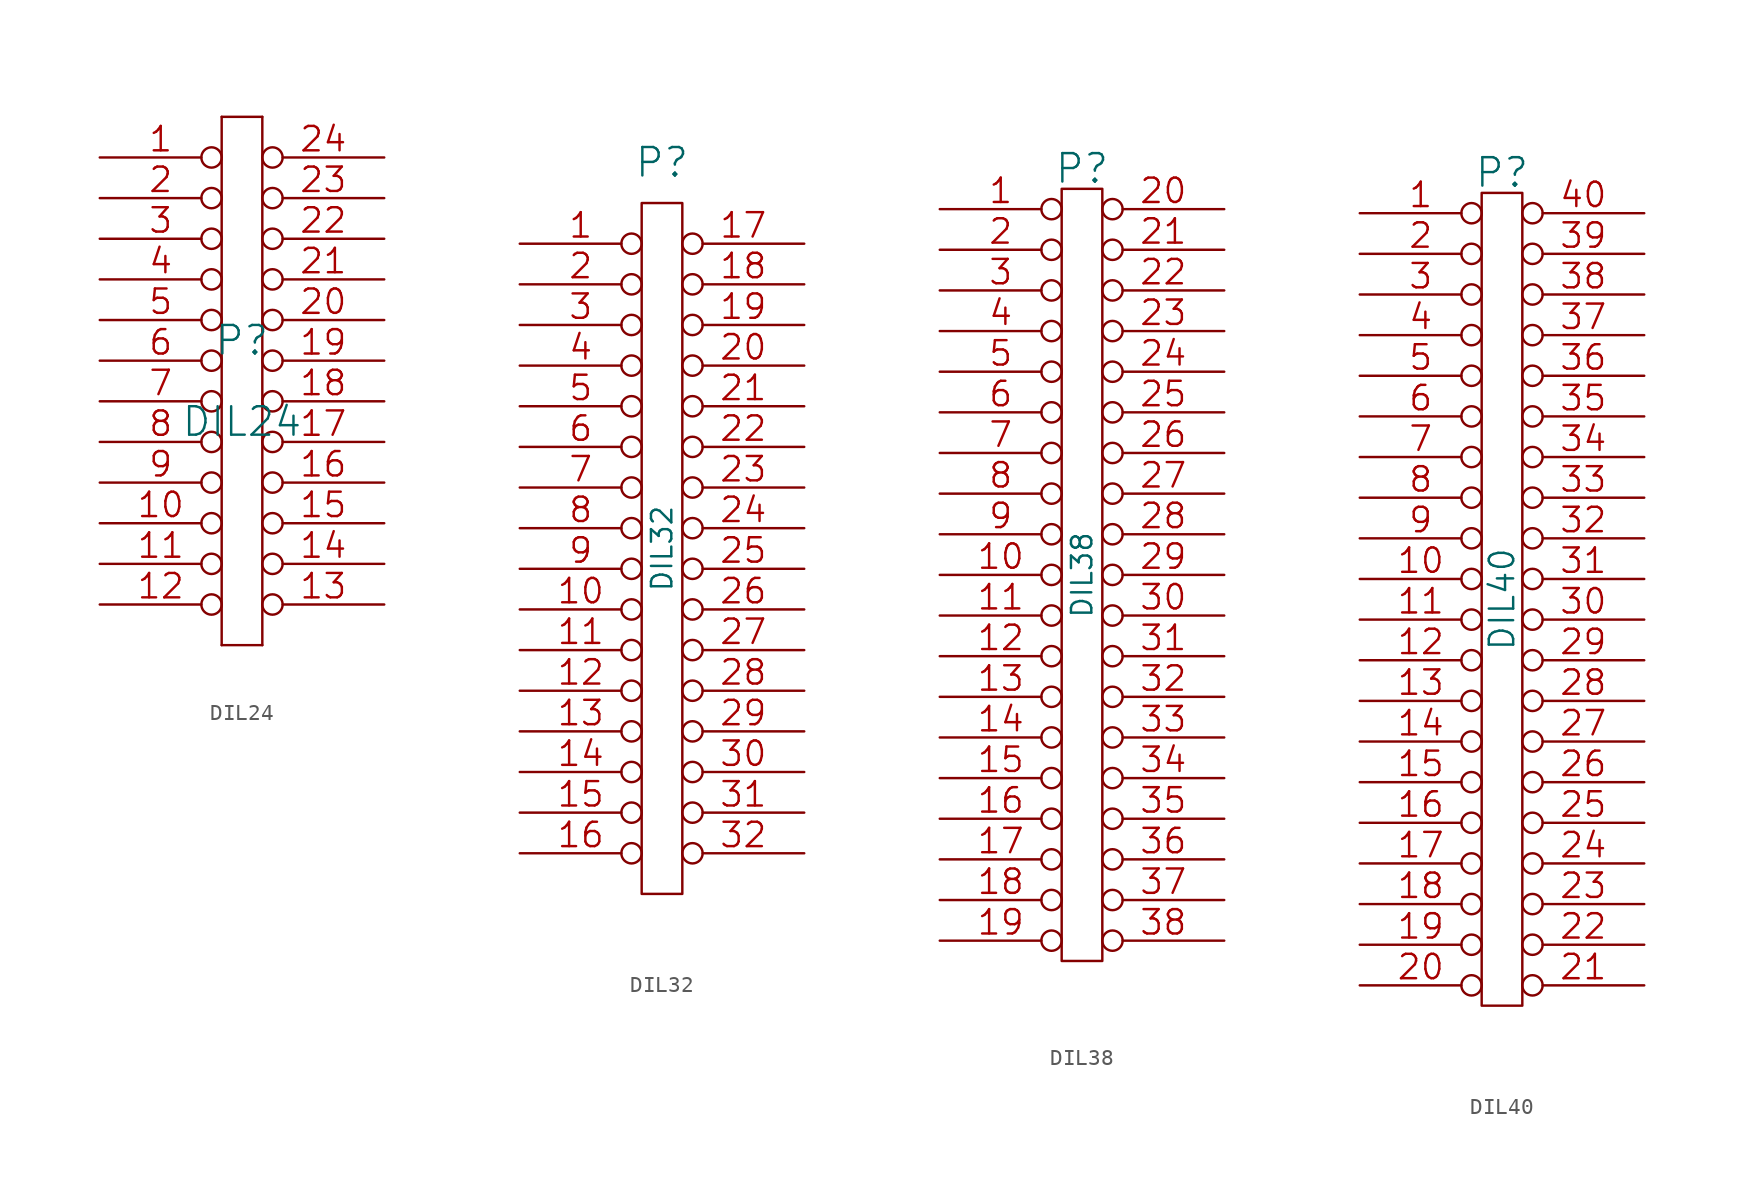
<source format=kicad_sym>
(kicad_symbol_lib
  (version 20220914)
  (generator kicad_symbol_editor)
  (symbol "DIL24"
    (pin_names
      (offset 1.016) hide)
    (property "Reference" "P"
      (at 0 2.54 0)
      (effects (font (size 1.778 1.778))))
    (property "Value" "DIL24"
      (at 0 -2.54 0)
      (effects (font (size 1.778 1.778))))
    (property "Footprint" ""
      (at 0 0 0)
      (effects (font (size 1.524 1.524))))
    (property "Datasheet" ""
      (at 0 0 0)
      (effects (font (size 1.524 1.524))))
    (symbol "DIL24_0_1"
      (polyline (pts (xy -1.27 -16.51) (xy 1.27 -16.51)) (stroke (width 0) (type default)) (fill (type none)))
      (polyline (pts (xy -1.27 16.51) (xy -1.27 -16.51)) (stroke (width 0) (type default)) (fill (type none)))
      (polyline (pts (xy 1.27 -16.51) (xy 1.27 16.51)) (stroke (width 0) (type default)) (fill (type none)))
      (polyline (pts (xy 1.27 16.51) (xy -1.27 16.51)) (stroke (width 0) (type default)) (fill (type none))))
    (symbol "DIL24_1_1"
      (pin passive inverted (at -8.89 13.97 0) (length 7.62) (name "P1" (effects (font (size 1.524 1.524)))) (number "1" (effects (font (size 1.524 1.524)))))
      (pin passive inverted (at -8.89 -8.89 0) (length 7.62) (name "P10" (effects (font (size 1.524 1.524)))) (number "10" (effects (font (size 1.524 1.524)))))
      (pin passive inverted (at -8.89 -11.43 0) (length 7.62) (name "P11" (effects (font (size 1.524 1.524)))) (number "11" (effects (font (size 1.524 1.524)))))
      (pin passive inverted (at -8.89 -13.97 0) (length 7.62) (name "P12" (effects (font (size 1.524 1.524)))) (number "12" (effects (font (size 1.524 1.524)))))
      (pin passive inverted (at 8.89 -13.97 180) (length 7.62) (name "P13" (effects (font (size 1.524 1.524)))) (number "13" (effects (font (size 1.524 1.524)))))
      (pin passive inverted (at 8.89 -11.43 180) (length 7.62) (name "P14" (effects (font (size 1.524 1.524)))) (number "14" (effects (font (size 1.524 1.524)))))
      (pin passive inverted (at 8.89 -8.89 180) (length 7.62) (name "P15" (effects (font (size 1.524 1.524)))) (number "15" (effects (font (size 1.524 1.524)))))
      (pin passive inverted (at 8.89 -6.35 180) (length 7.62) (name "P16" (effects (font (size 1.524 1.524)))) (number "16" (effects (font (size 1.524 1.524)))))
      (pin passive inverted (at 8.89 -3.81 180) (length 7.62) (name "P17" (effects (font (size 1.524 1.524)))) (number "17" (effects (font (size 1.524 1.524)))))
      (pin passive inverted (at 8.89 -1.27 180) (length 7.62) (name "P18" (effects (font (size 1.524 1.524)))) (number "18" (effects (font (size 1.524 1.524)))))
      (pin passive inverted (at 8.89 1.27 180) (length 7.62) (name "P19" (effects (font (size 1.524 1.524)))) (number "19" (effects (font (size 1.524 1.524)))))
      (pin passive inverted (at -8.89 11.43 0) (length 7.62) (name "P2" (effects (font (size 1.524 1.524)))) (number "2" (effects (font (size 1.524 1.524)))))
      (pin passive inverted (at 8.89 3.81 180) (length 7.62) (name "P20" (effects (font (size 1.524 1.524)))) (number "20" (effects (font (size 1.524 1.524)))))
      (pin passive inverted (at 8.89 6.35 180) (length 7.62) (name "P21" (effects (font (size 1.524 1.524)))) (number "21" (effects (font (size 1.524 1.524)))))
      (pin passive inverted (at 8.89 8.89 180) (length 7.62) (name "P22" (effects (font (size 1.524 1.524)))) (number "22" (effects (font (size 1.524 1.524)))))
      (pin passive inverted (at 8.89 11.43 180) (length 7.62) (name "P23" (effects (font (size 1.524 1.524)))) (number "23" (effects (font (size 1.524 1.524)))))
      (pin passive inverted (at 8.89 13.97 180) (length 7.62) (name "P24" (effects (font (size 1.524 1.524)))) (number "24" (effects (font (size 1.524 1.524)))))
      (pin passive inverted (at -8.89 8.89 0) (length 7.62) (name "P3" (effects (font (size 1.524 1.524)))) (number "3" (effects (font (size 1.524 1.524)))))
      (pin passive inverted (at -8.89 6.35 0) (length 7.62) (name "P4" (effects (font (size 1.524 1.524)))) (number "4" (effects (font (size 1.524 1.524)))))
      (pin passive inverted (at -8.89 3.81 0) (length 7.62) (name "P5" (effects (font (size 1.524 1.524)))) (number "5" (effects (font (size 1.524 1.524)))))
      (pin passive inverted (at -8.89 1.27 0) (length 7.62) (name "P6" (effects (font (size 1.524 1.524)))) (number "6" (effects (font (size 1.524 1.524)))))
      (pin passive inverted (at -8.89 -1.27 0) (length 7.62) (name "P7" (effects (font (size 1.524 1.524)))) (number "7" (effects (font (size 1.524 1.524)))))
      (pin passive inverted (at -8.89 -3.81 0) (length 7.62) (name "P8" (effects (font (size 1.524 1.524)))) (number "8" (effects (font (size 1.524 1.524)))))
      (pin passive inverted (at -8.89 -6.35 0) (length 7.62) (name "P9" (effects (font (size 1.524 1.524)))) (number "9" (effects (font (size 1.524 1.524)))))))
  (symbol "DIL32"
    (pin_names
      (offset 1.016) hide)
    (property "Reference" "P"
      (at 0 24.13 0)
      (effects (font (size 1.778 1.778))))
    (property "Value" "DIL32"
      (at 0 0 90)
      (effects (font (size 1.27 1.27))))
    (property "Footprint" ""
      (at 0 0 0)
      (effects (font (size 1.524 1.524))))
    (property "Datasheet" ""
      (at 0 0 0)
      (effects (font (size 1.524 1.524))))
    (symbol "DIL32_0_1"
      (rectangle (start -1.27 21.59) (end 1.27 -21.59) (stroke (width 0) (type default)) (fill (type none))))
    (symbol "DIL32_1_1"
      (pin passive inverted (at -8.89 19.05 0) (length 7.62) (name "P1" (effects (font (size 1.524 1.524)))) (number "1" (effects (font (size 1.524 1.524)))))
      (pin passive inverted (at -8.89 -3.81 0) (length 7.62) (name "P10" (effects (font (size 1.524 1.524)))) (number "10" (effects (font (size 1.524 1.524)))))
      (pin passive inverted (at -8.89 -6.35 0) (length 7.62) (name "P11" (effects (font (size 1.524 1.524)))) (number "11" (effects (font (size 1.524 1.524)))))
      (pin passive inverted (at -8.89 -8.89 0) (length 7.62) (name "P12" (effects (font (size 1.524 1.524)))) (number "12" (effects (font (size 1.524 1.524)))))
      (pin passive inverted (at -8.89 -11.43 0) (length 7.62) (name "P13" (effects (font (size 1.524 1.524)))) (number "13" (effects (font (size 1.524 1.524)))))
      (pin passive inverted (at -8.89 -13.97 0) (length 7.62) (name "P14" (effects (font (size 1.524 1.524)))) (number "14" (effects (font (size 1.524 1.524)))))
      (pin passive inverted (at -8.89 -16.51 0) (length 7.62) (name "P15" (effects (font (size 1.524 1.524)))) (number "15" (effects (font (size 1.524 1.524)))))
      (pin passive inverted (at -8.89 -19.05 0) (length 7.62) (name "P16" (effects (font (size 1.524 1.524)))) (number "16" (effects (font (size 1.524 1.524)))))
      (pin passive inverted (at 8.89 19.05 180) (length 7.62) (name "P17" (effects (font (size 1.524 1.524)))) (number "17" (effects (font (size 1.524 1.524)))))
      (pin passive inverted (at 8.89 16.51 180) (length 7.62) (name "P18" (effects (font (size 1.524 1.524)))) (number "18" (effects (font (size 1.524 1.524)))))
      (pin passive inverted (at 8.89 13.97 180) (length 7.62) (name "P19" (effects (font (size 1.524 1.524)))) (number "19" (effects (font (size 1.524 1.524)))))
      (pin passive inverted (at -8.89 16.51 0) (length 7.62) (name "P2" (effects (font (size 1.524 1.524)))) (number "2" (effects (font (size 1.524 1.524)))))
      (pin passive inverted (at 8.89 11.43 180) (length 7.62) (name "P20" (effects (font (size 1.524 1.524)))) (number "20" (effects (font (size 1.524 1.524)))))
      (pin passive inverted (at 8.89 8.89 180) (length 7.62) (name "P21" (effects (font (size 1.524 1.524)))) (number "21" (effects (font (size 1.524 1.524)))))
      (pin passive inverted (at 8.89 6.35 180) (length 7.62) (name "P22" (effects (font (size 1.524 1.524)))) (number "22" (effects (font (size 1.524 1.524)))))
      (pin passive inverted (at 8.89 3.81 180) (length 7.62) (name "P23" (effects (font (size 1.524 1.524)))) (number "23" (effects (font (size 1.524 1.524)))))
      (pin passive inverted (at 8.89 1.27 180) (length 7.62) (name "P24" (effects (font (size 1.524 1.524)))) (number "24" (effects (font (size 1.524 1.524)))))
      (pin passive inverted (at 8.89 -1.27 180) (length 7.62) (name "P25" (effects (font (size 1.524 1.524)))) (number "25" (effects (font (size 1.524 1.524)))))
      (pin passive inverted (at 8.89 -3.81 180) (length 7.62) (name "P26" (effects (font (size 1.524 1.524)))) (number "26" (effects (font (size 1.524 1.524)))))
      (pin passive inverted (at 8.89 -6.35 180) (length 7.62) (name "P27" (effects (font (size 1.524 1.524)))) (number "27" (effects (font (size 1.524 1.524)))))
      (pin passive inverted (at 8.89 -8.89 180) (length 7.62) (name "P28" (effects (font (size 1.524 1.524)))) (number "28" (effects (font (size 1.524 1.524)))))
      (pin passive inverted (at 8.89 -11.43 180) (length 7.62) (name "P29" (effects (font (size 1.524 1.524)))) (number "29" (effects (font (size 1.524 1.524)))))
      (pin passive inverted (at -8.89 13.97 0) (length 7.62) (name "P3" (effects (font (size 1.524 1.524)))) (number "3" (effects (font (size 1.524 1.524)))))
      (pin passive inverted (at 8.89 -13.97 180) (length 7.62) (name "P30" (effects (font (size 1.524 1.524)))) (number "30" (effects (font (size 1.524 1.524)))))
      (pin passive inverted (at 8.89 -16.51 180) (length 7.62) (name "P31" (effects (font (size 1.524 1.524)))) (number "31" (effects (font (size 1.524 1.524)))))
      (pin passive inverted (at 8.89 -19.05 180) (length 7.62) (name "P32" (effects (font (size 1.524 1.524)))) (number "32" (effects (font (size 1.524 1.524)))))
      (pin passive inverted (at -8.89 11.43 0) (length 7.62) (name "P4" (effects (font (size 1.524 1.524)))) (number "4" (effects (font (size 1.524 1.524)))))
      (pin passive inverted (at -8.89 8.89 0) (length 7.62) (name "P5" (effects (font (size 1.524 1.524)))) (number "5" (effects (font (size 1.524 1.524)))))
      (pin passive inverted (at -8.89 6.35 0) (length 7.62) (name "P6" (effects (font (size 1.524 1.524)))) (number "6" (effects (font (size 1.524 1.524)))))
      (pin passive inverted (at -8.89 3.81 0) (length 7.62) (name "P7" (effects (font (size 1.524 1.524)))) (number "7" (effects (font (size 1.524 1.524)))))
      (pin passive inverted (at -8.89 1.27 0) (length 7.62) (name "P8" (effects (font (size 1.524 1.524)))) (number "8" (effects (font (size 1.524 1.524)))))
      (pin passive inverted (at -8.89 -1.27 0) (length 7.62) (name "P9" (effects (font (size 1.524 1.524)))) (number "9" (effects (font (size 1.524 1.524)))))))
  (symbol "DIL38"
    (pin_names
      (offset 1.016) hide)
    (property "Reference" "P"
      (at 0 25.4 0)
      (effects (font (size 1.778 1.778))))
    (property "Value" "DIL38"
      (at 0 0 90)
      (effects (font (size 1.27 1.27))))
    (property "Footprint" ""
      (at 0 0 0)
      (effects (font (size 1.524 1.524))))
    (property "Datasheet" ""
      (at 0 0 0)
      (effects (font (size 1.524 1.524))))
    (symbol "DIL38_0_1"
      (rectangle (start -1.27 24.13) (end 1.27 -24.13) (stroke (width 0) (type default)) (fill (type none))))
    (symbol "DIL38_1_1"
      (pin passive inverted (at -8.89 22.86 0) (length 7.62) (name "P1" (effects (font (size 1.524 1.524)))) (number "1" (effects (font (size 1.524 1.524)))))
      (pin passive inverted (at -8.89 0 0) (length 7.62) (name "P10" (effects (font (size 1.524 1.524)))) (number "10" (effects (font (size 1.524 1.524)))))
      (pin passive inverted (at -8.89 -2.54 0) (length 7.62) (name "P11" (effects (font (size 1.524 1.524)))) (number "11" (effects (font (size 1.524 1.524)))))
      (pin passive inverted (at -8.89 -5.08 0) (length 7.62) (name "P12" (effects (font (size 1.524 1.524)))) (number "12" (effects (font (size 1.524 1.524)))))
      (pin passive inverted (at -8.89 -7.62 0) (length 7.62) (name "P13" (effects (font (size 1.524 1.524)))) (number "13" (effects (font (size 1.524 1.524)))))
      (pin passive inverted (at -8.89 -10.16 0) (length 7.62) (name "P14" (effects (font (size 1.524 1.524)))) (number "14" (effects (font (size 1.524 1.524)))))
      (pin passive inverted (at -8.89 -12.7 0) (length 7.62) (name "P15" (effects (font (size 1.524 1.524)))) (number "15" (effects (font (size 1.524 1.524)))))
      (pin passive inverted (at -8.89 -15.24 0) (length 7.62) (name "P16" (effects (font (size 1.524 1.524)))) (number "16" (effects (font (size 1.524 1.524)))))
      (pin passive inverted (at -8.89 -17.78 0) (length 7.62) (name "P17" (effects (font (size 1.524 1.524)))) (number "17" (effects (font (size 1.524 1.524)))))
      (pin passive inverted (at -8.89 -20.32 0) (length 7.62) (name "P18" (effects (font (size 1.524 1.524)))) (number "18" (effects (font (size 1.524 1.524)))))
      (pin passive inverted (at -8.89 -22.86 0) (length 7.62) (name "P19" (effects (font (size 1.524 1.524)))) (number "19" (effects (font (size 1.524 1.524)))))
      (pin passive inverted (at -8.89 20.32 0) (length 7.62) (name "P2" (effects (font (size 1.524 1.524)))) (number "2" (effects (font (size 1.524 1.524)))))
      (pin passive inverted (at 8.89 22.86 180) (length 7.62) (name "P20" (effects (font (size 1.524 1.524)))) (number "20" (effects (font (size 1.524 1.524)))))
      (pin passive inverted (at 8.89 20.32 180) (length 7.62) (name "P21" (effects (font (size 1.524 1.524)))) (number "21" (effects (font (size 1.524 1.524)))))
      (pin passive inverted (at 8.89 17.78 180) (length 7.62) (name "P22" (effects (font (size 1.524 1.524)))) (number "22" (effects (font (size 1.524 1.524)))))
      (pin passive inverted (at 8.89 15.24 180) (length 7.62) (name "P23" (effects (font (size 1.524 1.524)))) (number "23" (effects (font (size 1.524 1.524)))))
      (pin passive inverted (at 8.89 12.7 180) (length 7.62) (name "P24" (effects (font (size 1.524 1.524)))) (number "24" (effects (font (size 1.524 1.524)))))
      (pin passive inverted (at 8.89 10.16 180) (length 7.62) (name "P25" (effects (font (size 1.524 1.524)))) (number "25" (effects (font (size 1.524 1.524)))))
      (pin passive inverted (at 8.89 7.62 180) (length 7.62) (name "P26" (effects (font (size 1.524 1.524)))) (number "26" (effects (font (size 1.524 1.524)))))
      (pin passive inverted (at 8.89 5.08 180) (length 7.62) (name "P27" (effects (font (size 1.524 1.524)))) (number "27" (effects (font (size 1.524 1.524)))))
      (pin passive inverted (at 8.89 2.54 180) (length 7.62) (name "P28" (effects (font (size 1.524 1.524)))) (number "28" (effects (font (size 1.524 1.524)))))
      (pin passive inverted (at 8.89 0 180) (length 7.62) (name "P29" (effects (font (size 1.524 1.524)))) (number "29" (effects (font (size 1.524 1.524)))))
      (pin passive inverted (at -8.89 17.78 0) (length 7.62) (name "P3" (effects (font (size 1.524 1.524)))) (number "3" (effects (font (size 1.524 1.524)))))
      (pin passive inverted (at 8.89 -2.54 180) (length 7.62) (name "P30" (effects (font (size 1.524 1.524)))) (number "30" (effects (font (size 1.524 1.524)))))
      (pin passive inverted (at 8.89 -5.08 180) (length 7.62) (name "P31" (effects (font (size 1.524 1.524)))) (number "31" (effects (font (size 1.524 1.524)))))
      (pin passive inverted (at 8.89 -7.62 180) (length 7.62) (name "P32" (effects (font (size 1.524 1.524)))) (number "32" (effects (font (size 1.524 1.524)))))
      (pin passive inverted (at 8.89 -10.16 180) (length 7.62) (name "P33" (effects (font (size 1.524 1.524)))) (number "33" (effects (font (size 1.524 1.524)))))
      (pin passive inverted (at 8.89 -12.7 180) (length 7.62) (name "P34" (effects (font (size 1.524 1.524)))) (number "34" (effects (font (size 1.524 1.524)))))
      (pin passive inverted (at 8.89 -15.24 180) (length 7.62) (name "P35" (effects (font (size 1.524 1.524)))) (number "35" (effects (font (size 1.524 1.524)))))
      (pin passive inverted (at 8.89 -17.78 180) (length 7.62) (name "P36" (effects (font (size 1.524 1.524)))) (number "36" (effects (font (size 1.524 1.524)))))
      (pin passive inverted (at 8.89 -20.32 180) (length 7.62) (name "P37" (effects (font (size 1.524 1.524)))) (number "37" (effects (font (size 1.524 1.524)))))
      (pin passive inverted (at 8.89 -22.86 180) (length 7.62) (name "P38" (effects (font (size 1.524 1.524)))) (number "38" (effects (font (size 1.524 1.524)))))
      (pin passive inverted (at -8.89 15.24 0) (length 7.62) (name "P4" (effects (font (size 1.524 1.524)))) (number "4" (effects (font (size 1.524 1.524)))))
      (pin passive inverted (at -8.89 12.7 0) (length 7.62) (name "P5" (effects (font (size 1.524 1.524)))) (number "5" (effects (font (size 1.524 1.524)))))
      (pin passive inverted (at -8.89 10.16 0) (length 7.62) (name "P6" (effects (font (size 1.524 1.524)))) (number "6" (effects (font (size 1.524 1.524)))))
      (pin passive inverted (at -8.89 7.62 0) (length 7.62) (name "P7" (effects (font (size 1.524 1.524)))) (number "7" (effects (font (size 1.524 1.524)))))
      (pin passive inverted (at -8.89 5.08 0) (length 7.62) (name "P8" (effects (font (size 1.524 1.524)))) (number "8" (effects (font (size 1.524 1.524)))))
      (pin passive inverted (at -8.89 2.54 0) (length 7.62) (name "P9" (effects (font (size 1.524 1.524)))) (number "9" (effects (font (size 1.524 1.524)))))))
  (symbol "DIL40"
    (pin_names
      (offset 1.016) hide)
    (property "Reference" "P"
      (at 0 26.67 0)
      (effects (font (size 1.778 1.778))))
    (property "Value" "DIL40"
      (at 0 0 90)
      (effects (font (size 1.524 1.524))))
    (property "Footprint" ""
      (at 0 0 0)
      (effects (font (size 1.524 1.524))))
    (property "Datasheet" ""
      (at 0 0 0)
      (effects (font (size 1.524 1.524))))
    (symbol "DIL40_0_1"
      (rectangle (start -1.27 25.4) (end 1.27 -25.4) (stroke (width 0) (type default)) (fill (type none))))
    (symbol "DIL40_1_1"
      (pin passive inverted (at -8.89 24.13 0) (length 7.62) (name "1" (effects (font (size 1.524 1.524)))) (number "1" (effects (font (size 1.524 1.524)))))
      (pin passive inverted (at -8.89 1.27 0) (length 7.62) (name "10" (effects (font (size 1.524 1.524)))) (number "10" (effects (font (size 1.524 1.524)))))
      (pin passive inverted (at -8.89 -1.27 0) (length 7.62) (name "11" (effects (font (size 1.524 1.524)))) (number "11" (effects (font (size 1.524 1.524)))))
      (pin passive inverted (at -8.89 -3.81 0) (length 7.62) (name "12" (effects (font (size 1.524 1.524)))) (number "12" (effects (font (size 1.524 1.524)))))
      (pin passive inverted (at -8.89 -6.35 0) (length 7.62) (name "13" (effects (font (size 1.524 1.524)))) (number "13" (effects (font (size 1.524 1.524)))))
      (pin passive inverted (at -8.89 -8.89 0) (length 7.62) (name "14" (effects (font (size 1.524 1.524)))) (number "14" (effects (font (size 1.524 1.524)))))
      (pin passive inverted (at -8.89 -11.43 0) (length 7.62) (name "15" (effects (font (size 1.524 1.524)))) (number "15" (effects (font (size 1.524 1.524)))))
      (pin passive inverted (at -8.89 -13.97 0) (length 7.62) (name "16" (effects (font (size 1.524 1.524)))) (number "16" (effects (font (size 1.524 1.524)))))
      (pin passive inverted (at -8.89 -16.51 0) (length 7.62) (name "17" (effects (font (size 1.524 1.524)))) (number "17" (effects (font (size 1.524 1.524)))))
      (pin passive inverted (at -8.89 -19.05 0) (length 7.62) (name "18" (effects (font (size 1.524 1.524)))) (number "18" (effects (font (size 1.524 1.524)))))
      (pin passive inverted (at -8.89 -21.59 0) (length 7.62) (name "19" (effects (font (size 1.524 1.524)))) (number "19" (effects (font (size 1.524 1.524)))))
      (pin passive inverted (at -8.89 21.59 0) (length 7.62) (name "2" (effects (font (size 1.524 1.524)))) (number "2" (effects (font (size 1.524 1.524)))))
      (pin passive inverted (at -8.89 -24.13 0) (length 7.62) (name "20" (effects (font (size 1.524 1.524)))) (number "20" (effects (font (size 1.524 1.524)))))
      (pin passive inverted (at 8.89 -24.13 180) (length 7.62) (name "21" (effects (font (size 1.524 1.524)))) (number "21" (effects (font (size 1.524 1.524)))))
      (pin passive inverted (at 8.89 -21.59 180) (length 7.62) (name "22" (effects (font (size 1.524 1.524)))) (number "22" (effects (font (size 1.524 1.524)))))
      (pin passive inverted (at 8.89 -19.05 180) (length 7.62) (name "23" (effects (font (size 1.524 1.524)))) (number "23" (effects (font (size 1.524 1.524)))))
      (pin passive inverted (at 8.89 -16.51 180) (length 7.62) (name "24" (effects (font (size 1.524 1.524)))) (number "24" (effects (font (size 1.524 1.524)))))
      (pin passive inverted (at 8.89 -13.97 180) (length 7.62) (name "25" (effects (font (size 1.524 1.524)))) (number "25" (effects (font (size 1.524 1.524)))))
      (pin passive inverted (at 8.89 -11.43 180) (length 7.62) (name "26" (effects (font (size 1.524 1.524)))) (number "26" (effects (font (size 1.524 1.524)))))
      (pin passive inverted (at 8.89 -8.89 180) (length 7.62) (name "27" (effects (font (size 1.524 1.524)))) (number "27" (effects (font (size 1.524 1.524)))))
      (pin passive inverted (at 8.89 -6.35 180) (length 7.62) (name "28" (effects (font (size 1.524 1.524)))) (number "28" (effects (font (size 1.524 1.524)))))
      (pin passive inverted (at 8.89 -3.81 180) (length 7.62) (name "29" (effects (font (size 1.524 1.524)))) (number "29" (effects (font (size 1.524 1.524)))))
      (pin passive inverted (at -8.89 19.05 0) (length 7.62) (name "3" (effects (font (size 1.524 1.524)))) (number "3" (effects (font (size 1.524 1.524)))))
      (pin passive inverted (at 8.89 -1.27 180) (length 7.62) (name "30" (effects (font (size 1.524 1.524)))) (number "30" (effects (font (size 1.524 1.524)))))
      (pin passive inverted (at 8.89 1.27 180) (length 7.62) (name "31" (effects (font (size 1.524 1.524)))) (number "31" (effects (font (size 1.524 1.524)))))
      (pin passive inverted (at 8.89 3.81 180) (length 7.62) (name "32" (effects (font (size 1.524 1.524)))) (number "32" (effects (font (size 1.524 1.524)))))
      (pin passive inverted (at 8.89 6.35 180) (length 7.62) (name "33" (effects (font (size 1.524 1.524)))) (number "33" (effects (font (size 1.524 1.524)))))
      (pin passive inverted (at 8.89 8.89 180) (length 7.62) (name "34" (effects (font (size 1.524 1.524)))) (number "34" (effects (font (size 1.524 1.524)))))
      (pin passive inverted (at 8.89 11.43 180) (length 7.62) (name "35" (effects (font (size 1.524 1.524)))) (number "35" (effects (font (size 1.524 1.524)))))
      (pin passive inverted (at 8.89 13.97 180) (length 7.62) (name "36" (effects (font (size 1.524 1.524)))) (number "36" (effects (font (size 1.524 1.524)))))
      (pin passive inverted (at 8.89 16.51 180) (length 7.62) (name "37" (effects (font (size 1.524 1.524)))) (number "37" (effects (font (size 1.524 1.524)))))
      (pin passive inverted (at 8.89 19.05 180) (length 7.62) (name "38" (effects (font (size 1.524 1.524)))) (number "38" (effects (font (size 1.524 1.524)))))
      (pin passive inverted (at 8.89 21.59 180) (length 7.62) (name "39" (effects (font (size 1.524 1.524)))) (number "39" (effects (font (size 1.524 1.524)))))
      (pin passive inverted (at -8.89 16.51 0) (length 7.62) (name "4" (effects (font (size 1.524 1.524)))) (number "4" (effects (font (size 1.524 1.524)))))
      (pin passive inverted (at 8.89 24.13 180) (length 7.62) (name "40" (effects (font (size 1.524 1.524)))) (number "40" (effects (font (size 1.524 1.524)))))
      (pin passive inverted (at -8.89 13.97 0) (length 7.62) (name "5" (effects (font (size 1.524 1.524)))) (number "5" (effects (font (size 1.524 1.524)))))
      (pin passive inverted (at -8.89 11.43 0) (length 7.62) (name "6" (effects (font (size 1.524 1.524)))) (number "6" (effects (font (size 1.524 1.524)))))
      (pin passive inverted (at -8.89 8.89 0) (length 7.62) (name "7" (effects (font (size 1.524 1.524)))) (number "7" (effects (font (size 1.524 1.524)))))
      (pin passive inverted (at -8.89 6.35 0) (length 7.62) (name "8" (effects (font (size 1.524 1.524)))) (number "8" (effects (font (size 1.524 1.524)))))
      (pin passive inverted (at -8.89 3.81 0) (length 7.62) (name "9" (effects (font (size 1.524 1.524)))) (number "9" (effects (font (size 1.524 1.524))))))))
</source>
